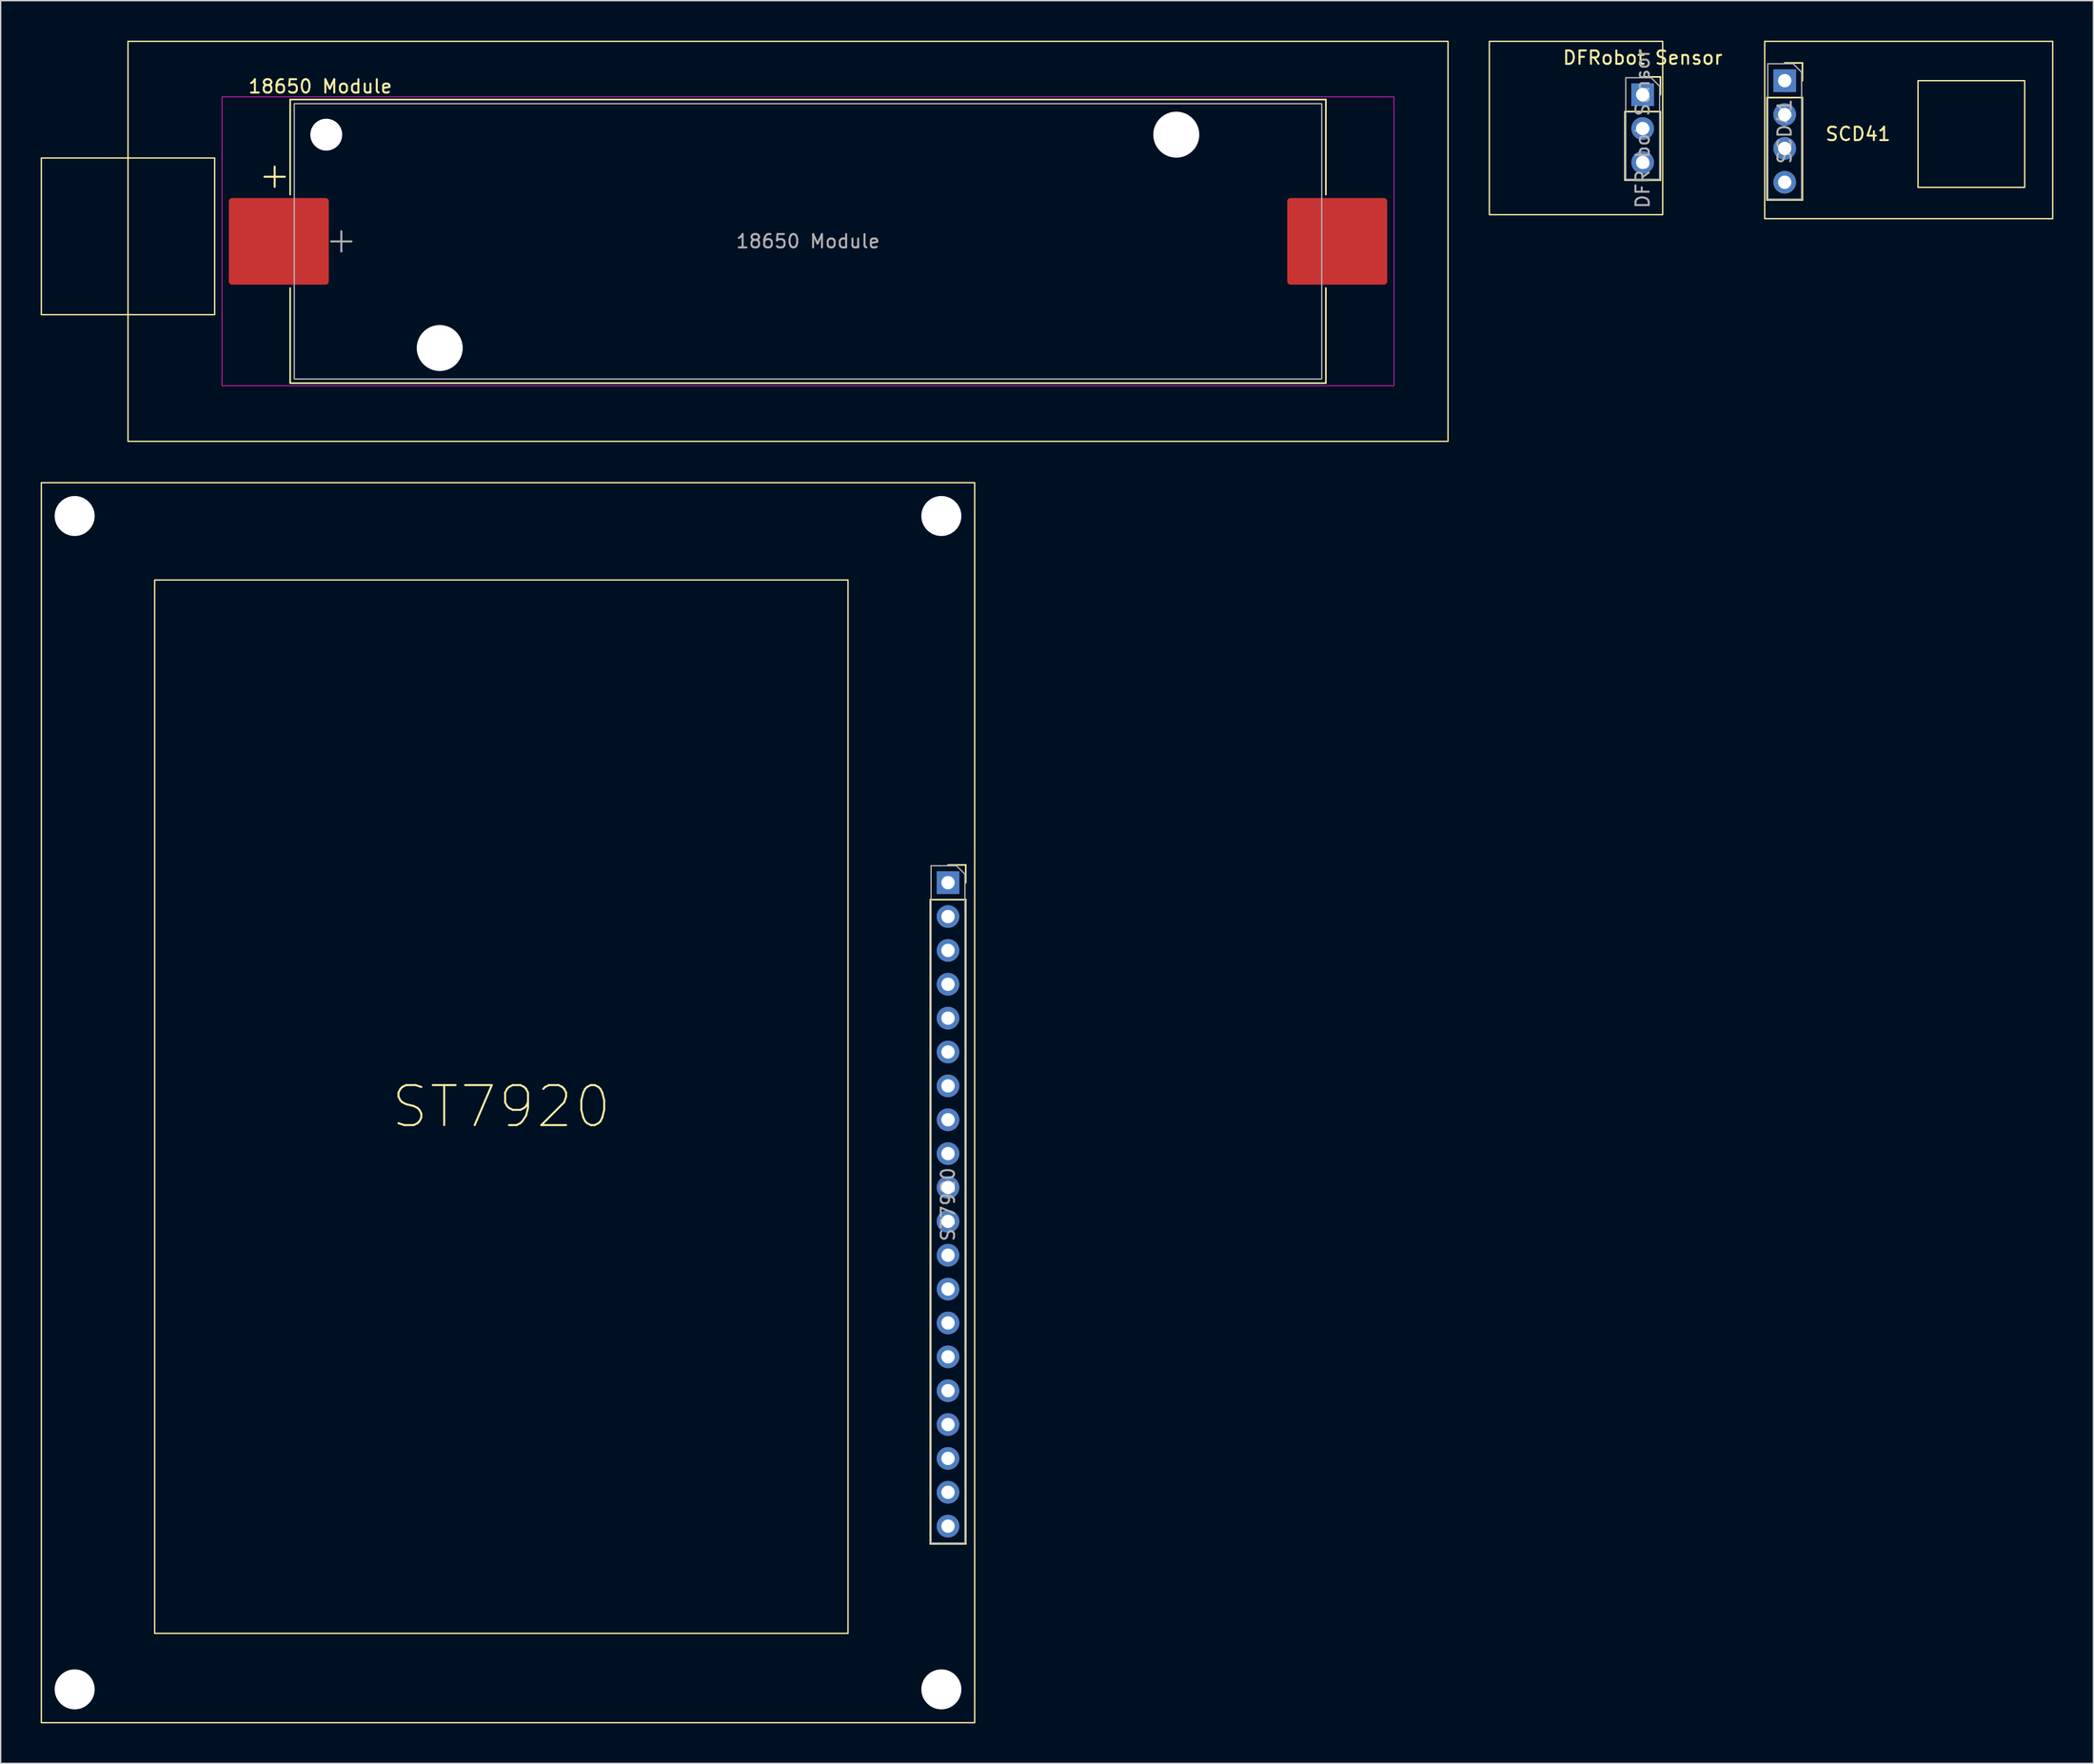
<source format=kicad_pcb>
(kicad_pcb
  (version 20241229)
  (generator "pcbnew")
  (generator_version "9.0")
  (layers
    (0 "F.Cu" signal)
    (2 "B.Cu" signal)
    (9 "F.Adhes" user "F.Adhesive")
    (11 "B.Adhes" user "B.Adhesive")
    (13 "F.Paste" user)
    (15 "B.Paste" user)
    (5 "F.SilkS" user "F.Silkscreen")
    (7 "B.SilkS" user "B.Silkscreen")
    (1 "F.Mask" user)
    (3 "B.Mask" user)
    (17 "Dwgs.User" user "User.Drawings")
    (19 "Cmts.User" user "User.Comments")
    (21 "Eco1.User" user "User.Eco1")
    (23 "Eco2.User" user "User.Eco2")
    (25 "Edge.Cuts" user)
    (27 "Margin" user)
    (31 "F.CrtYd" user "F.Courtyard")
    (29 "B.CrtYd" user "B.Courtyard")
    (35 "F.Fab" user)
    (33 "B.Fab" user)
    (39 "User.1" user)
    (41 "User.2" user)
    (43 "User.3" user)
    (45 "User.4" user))
  (footprint "18650 Module"
    (layer "F.Cu")
    (at 57.55 15.05)
    (property "Reference" "18650 Module" (at -36.58 -11.615 0) (layer "F.SilkS") (effects (font (size 1 1) (thickness 0.15))))
    (attr smd)
    (fp_line (start -38.84 -10.635) (end -38.84 -3.5) (stroke (width 0.12) (type solid)) (layer "F.SilkS"))
    (fp_line (start -38.84 -10.635) (end 38.84 -10.635) (stroke (width 0.12) (type solid)) (layer "F.SilkS"))
    (fp_line (start -38.84 3.5) (end -38.84 10.635) (stroke (width 0.12) (type solid)) (layer "F.SilkS"))
    (fp_line (start -38.84 10.635) (end 38.84 10.635) (stroke (width 0.12) (type solid)) (layer "F.SilkS"))
    (fp_line (start 38.84 -10.635) (end 38.84 -3.5) (stroke (width 0.12) (type solid)) (layer "F.SilkS"))
    (fp_line (start 38.84 3.5) (end 38.84 10.635) (stroke (width 0.12) (type solid)) (layer "F.SilkS"))
    (fp_rect (start -57.5 -6.25) (end -44.5 5.5) (stroke (width 0.1) (type default)) (fill no) (layer "F.SilkS"))
    (fp_rect (start -51 -15) (end 48 15) (stroke (width 0.1) (type default)) (fill no) (layer "F.SilkS"))
    (fp_line (start -43.95 -10.83) (end -43.95 10.83) (stroke (width 0.05) (type solid)) (layer "F.CrtYd"))
    (fp_line (start -43.95 10.83) (end 43.95 10.83) (stroke (width 0.05) (type solid)) (layer "F.CrtYd"))
    (fp_line (start 43.95 -10.83) (end -43.95 -10.83) (stroke (width 0.05) (type solid)) (layer "F.CrtYd"))
    (fp_line (start 43.95 10.83) (end 43.95 -10.83) (stroke (width 0.05) (type solid)) (layer "F.CrtYd"))
    (fp_rect (start -38.53 -10.325) (end 38.53 10.325) (stroke (width 0.1) (type solid)) (fill no) (layer "F.Fab"))
    (fp_text user "+" (at -40 -5 0) (layer "F.SilkS") (effects (font (size 2 2) (thickness 0.15))))
    (fp_text user "${REFERENCE}" (at 0 0 0) (layer "F.Fab") (effects (font (size 1 1) (thickness 0.15))))
    (fp_text user "+" (at -35 -0.15 0) (layer "F.Fab") (effects (font (size 2 2) (thickness 0.15))))
    (pad "" np_thru_hole circle (at -36.13 -8) (size 2.39 2.39) (drill 2.39) (layers "*.Cu" "*.Mask"))
    (pad "" np_thru_hole circle (at -27.62 8) (size 3.45 3.45) (drill 3.45) (layers "*.Cu" "*.Mask"))
    (pad "" np_thru_hole circle (at 27.62 -8) (size 3.45 3.45) (drill 3.45) (layers "*.Cu" "*.Mask"))
    (pad "1" smd roundrect (at -39.69 0) (size 7.5 6.5) (layers "F.Cu" "F.Mask" "F.Paste") (roundrect_rratio 0.038))
    (pad "2" smd roundrect (at 39.69 0) (size 7.5 6.5) (layers "F.Cu" "F.Mask" "F.Paste") (roundrect_rratio 0.038)))
  (footprint "SCD41"
    (layer "F.Cu")
    (at 130.801 3)
    (property "Reference" "SCD41" (at 5.5 4 0) (layer "F.SilkS") (effects (font (size 1 1) (thickness 0.15))))
    (attr through_hole)
    (fp_line (start -1.33 1.27) (end -1.33 8.95) (stroke (width 0.12) (type solid)) (layer "F.SilkS"))
    (fp_line (start -1.33 1.27) (end 1.33 1.27) (stroke (width 0.12) (type solid)) (layer "F.SilkS"))
    (fp_line (start -1.33 8.95) (end 1.33 8.95) (stroke (width 0.12) (type solid)) (layer "F.SilkS"))
    (fp_line (start 0 -1.33) (end 1.33 -1.33) (stroke (width 0.12) (type solid)) (layer "F.SilkS"))
    (fp_line (start 1.33 -1.33) (end 1.33 0) (stroke (width 0.12) (type solid)) (layer "F.SilkS"))
    (fp_line (start 1.33 1.27) (end 1.33 8.95) (stroke (width 0.12) (type solid)) (layer "F.SilkS"))
    (fp_rect (start -1.5 -2.95) (end 20.1 10.35) (stroke (width 0.1) (type solid)) (fill no) (layer "F.SilkS"))
    (fp_rect (start 10 0) (end 18 8) (stroke (width 0.1) (type solid)) (fill no) (layer "F.SilkS"))
    (fp_line (start -1.27 -1.27) (end 0.635 -1.27) (stroke (width 0.1) (type solid)) (layer "F.Fab"))
    (fp_line (start -1.27 8.89) (end -1.27 -1.27) (stroke (width 0.1) (type solid)) (layer "F.Fab"))
    (fp_line (start 0.635 -1.27) (end 1.27 -0.635) (stroke (width 0.1) (type solid)) (layer "F.Fab"))
    (fp_line (start 1.27 -0.635) (end 1.27 8.89) (stroke (width 0.1) (type solid)) (layer "F.Fab"))
    (fp_line (start 1.27 8.89) (end -1.27 8.89) (stroke (width 0.1) (type solid)) (layer "F.Fab"))
    (fp_text user "${REFERENCE}" (at 0 3.81 90) (layer "F.Fab") (effects (font (size 1 1) (thickness 0.15))))
    (pad "1" thru_hole rect (at 0 0) (size 1.7 1.7) (drill 1) (layers "*.Cu" "*.Mask"))
    (pad "2" thru_hole circle (at 0 2.54) (size 1.7 1.7) (drill 1) (layers "*.Cu" "*.Mask"))
    (pad "3" thru_hole circle (at 0 5.08) (size 1.7 1.7) (drill 1) (layers "*.Cu" "*.Mask"))
    (pad "4" thru_hole circle (at 0 7.62) (size 1.7 1.7) (drill 1) (layers "*.Cu" "*.Mask")))
  (footprint "ST7920"
    (layer "F.Cu")
    (at 68.05 63.15)
    (property "Reference" "ST7920" (at -33.5 16.8 0) (layer "F.SilkS") (effects (font (size 3 3) (thickness 0.15))))
    (attr through_hole)
    (fp_line (start -1.33 1.27) (end -1.33 49.59) (stroke (width 0.12) (type solid)) (layer "F.SilkS"))
    (fp_line (start -1.33 1.27) (end 1.33 1.27) (stroke (width 0.12) (type solid)) (layer "F.SilkS"))
    (fp_line (start -1.33 49.59) (end 1.33 49.59) (stroke (width 0.12) (type solid)) (layer "F.SilkS"))
    (fp_line (start 0 -1.33) (end 1.33 -1.33) (stroke (width 0.12) (type solid)) (layer "F.SilkS"))
    (fp_line (start 1.33 -1.33) (end 1.33 0) (stroke (width 0.12) (type solid)) (layer "F.SilkS"))
    (fp_line (start 1.33 1.27) (end 1.33 49.59) (stroke (width 0.12) (type solid)) (layer "F.SilkS"))
    (fp_rect (start -68 -30) (end 2 63) (stroke (width 0.1) (type solid)) (fill no) (layer "F.SilkS"))
    (fp_rect (start -59.5 -22.7) (end -7.5 56.3) (stroke (width 0.1) (type solid)) (fill no) (layer "F.SilkS"))
    (fp_line (start -1.27 -1.27) (end 0.635 -1.27) (stroke (width 0.1) (type solid)) (layer "F.Fab"))
    (fp_line (start -1.27 49.53) (end -1.27 -1.27) (stroke (width 0.1) (type solid)) (layer "F.Fab"))
    (fp_line (start 0.635 -1.27) (end 1.27 -0.635) (stroke (width 0.1) (type solid)) (layer "F.Fab"))
    (fp_line (start 1.27 -0.635) (end 1.27 49.53) (stroke (width 0.1) (type solid)) (layer "F.Fab"))
    (fp_line (start 1.27 49.53) (end -1.27 49.53) (stroke (width 0.1) (type solid)) (layer "F.Fab"))
    (fp_text user "${REFERENCE}" (at 0 24.13 90) (layer "F.Fab") (effects (font (size 1 1) (thickness 0.15))))
    (pad "" np_thru_hole circle (at -65.5 -27.5) (size 3 3) (drill 3) (layers "*.Cu" "*.Mask"))
    (pad "" np_thru_hole circle (at -65.5 60.5) (size 3 3) (drill 3) (layers "*.Cu" "*.Mask"))
    (pad "" np_thru_hole circle (at -0.5 -27.5) (size 3 3) (drill 3) (layers "*.Cu" "*.Mask"))
    (pad "" np_thru_hole circle (at -0.5 60.5) (size 3 3) (drill 3) (layers "*.Cu" "*.Mask"))
    (pad "1" thru_hole rect (at 0 0) (size 1.7 1.7) (drill 1) (layers "*.Cu" "*.Mask"))
    (pad "2" thru_hole circle (at 0 2.54) (size 1.7 1.7) (drill 1) (layers "*.Cu" "*.Mask"))
    (pad "3" thru_hole circle (at 0 5.08) (size 1.7 1.7) (drill 1) (layers "*.Cu" "*.Mask"))
    (pad "4" thru_hole circle (at 0 7.62) (size 1.7 1.7) (drill 1) (layers "*.Cu" "*.Mask"))
    (pad "5" thru_hole circle (at 0 10.16) (size 1.7 1.7) (drill 1) (layers "*.Cu" "*.Mask"))
    (pad "6" thru_hole circle (at 0 12.7) (size 1.7 1.7) (drill 1) (layers "*.Cu" "*.Mask"))
    (pad "7" thru_hole circle (at 0 15.24) (size 1.7 1.7) (drill 1) (layers "*.Cu" "*.Mask"))
    (pad "8" thru_hole circle (at 0 17.78) (size 1.7 1.7) (drill 1) (layers "*.Cu" "*.Mask"))
    (pad "9" thru_hole circle (at 0 20.32) (size 1.7 1.7) (drill 1) (layers "*.Cu" "*.Mask"))
    (pad "10" thru_hole circle (at 0 22.86) (size 1.7 1.7) (drill 1) (layers "*.Cu" "*.Mask"))
    (pad "11" thru_hole circle (at 0 25.4) (size 1.7 1.7) (drill 1) (layers "*.Cu" "*.Mask"))
    (pad "12" thru_hole circle (at 0 27.94) (size 1.7 1.7) (drill 1) (layers "*.Cu" "*.Mask"))
    (pad "13" thru_hole circle (at 0 30.48) (size 1.7 1.7) (drill 1) (layers "*.Cu" "*.Mask"))
    (pad "14" thru_hole circle (at 0 33.02) (size 1.7 1.7) (drill 1) (layers "*.Cu" "*.Mask"))
    (pad "15" thru_hole circle (at 0 35.56) (size 1.7 1.7) (drill 1) (layers "*.Cu" "*.Mask"))
    (pad "16" thru_hole circle (at 0 38.1) (size 1.7 1.7) (drill 1) (layers "*.Cu" "*.Mask"))
    (pad "17" thru_hole circle (at 0 40.64) (size 1.7 1.7) (drill 1) (layers "*.Cu" "*.Mask"))
    (pad "18" thru_hole circle (at 0 43.18) (size 1.7 1.7) (drill 1) (layers "*.Cu" "*.Mask"))
    (pad "19" thru_hole circle (at 0 45.72) (size 1.7 1.7) (drill 1) (layers "*.Cu" "*.Mask"))
    (pad "20" thru_hole circle (at 0 48.26) (size 1.7 1.7) (drill 1) (layers "*.Cu" "*.Mask")))
  (footprint "DFRobot Sensor"
    (layer "F.Cu")
    (at 120.15 4.05)
    (property "Reference" "DFRobot Sensor" (at 0 -2.77 0) (layer "F.SilkS") (effects (font (size 1 1) (thickness 0.15))))
    (attr through_hole)
    (fp_line (start -1.33 1.27) (end -1.33 6.41) (stroke (width 0.12) (type solid)) (layer "F.SilkS"))
    (fp_line (start -1.33 1.27) (end 1.33 1.27) (stroke (width 0.12) (type solid)) (layer "F.SilkS"))
    (fp_line (start -1.33 6.41) (end 1.33 6.41) (stroke (width 0.12) (type solid)) (layer "F.SilkS"))
    (fp_line (start 0 -1.33) (end 1.33 -1.33) (stroke (width 0.12) (type solid)) (layer "F.SilkS"))
    (fp_line (start 1.33 -1.33) (end 1.33 0) (stroke (width 0.12) (type solid)) (layer "F.SilkS"))
    (fp_line (start 1.33 1.27) (end 1.33 6.41) (stroke (width 0.12) (type solid)) (layer "F.SilkS"))
    (fp_rect (start -11.5 -4) (end 1.5 9) (stroke (width 0.1) (type default)) (fill no) (layer "F.SilkS"))
    (fp_line (start -1.27 -1.27) (end 0.635 -1.27) (stroke (width 0.1) (type solid)) (layer "F.Fab"))
    (fp_line (start -1.27 6.35) (end -1.27 -1.27) (stroke (width 0.1) (type solid)) (layer "F.Fab"))
    (fp_line (start 0.635 -1.27) (end 1.27 -0.635) (stroke (width 0.1) (type solid)) (layer "F.Fab"))
    (fp_line (start 1.27 -0.635) (end 1.27 6.35) (stroke (width 0.1) (type solid)) (layer "F.Fab"))
    (fp_line (start 1.27 6.35) (end -1.27 6.35) (stroke (width 0.1) (type solid)) (layer "F.Fab"))
    (fp_text user "${REFERENCE}" (at 0 2.54 90) (layer "F.Fab") (effects (font (size 1 1) (thickness 0.15))))
    (pad "1" thru_hole rect (at 0 0) (size 1.7 1.7) (drill 1) (layers "*.Cu" "*.Mask"))
    (pad "2" thru_hole circle (at 0 2.54) (size 1.7 1.7) (drill 1) (layers "*.Cu" "*.Mask"))
    (pad "3" thru_hole circle (at 0 5.08) (size 1.7 1.7) (drill 1) (layers "*.Cu" "*.Mask")))
  (gr_rect
    (start -3 -3)
    (end 153.951 129.2)
    (stroke (width 0.1) (type default))
    (fill no)
    (layer "Edge.Cuts")))
</source>
